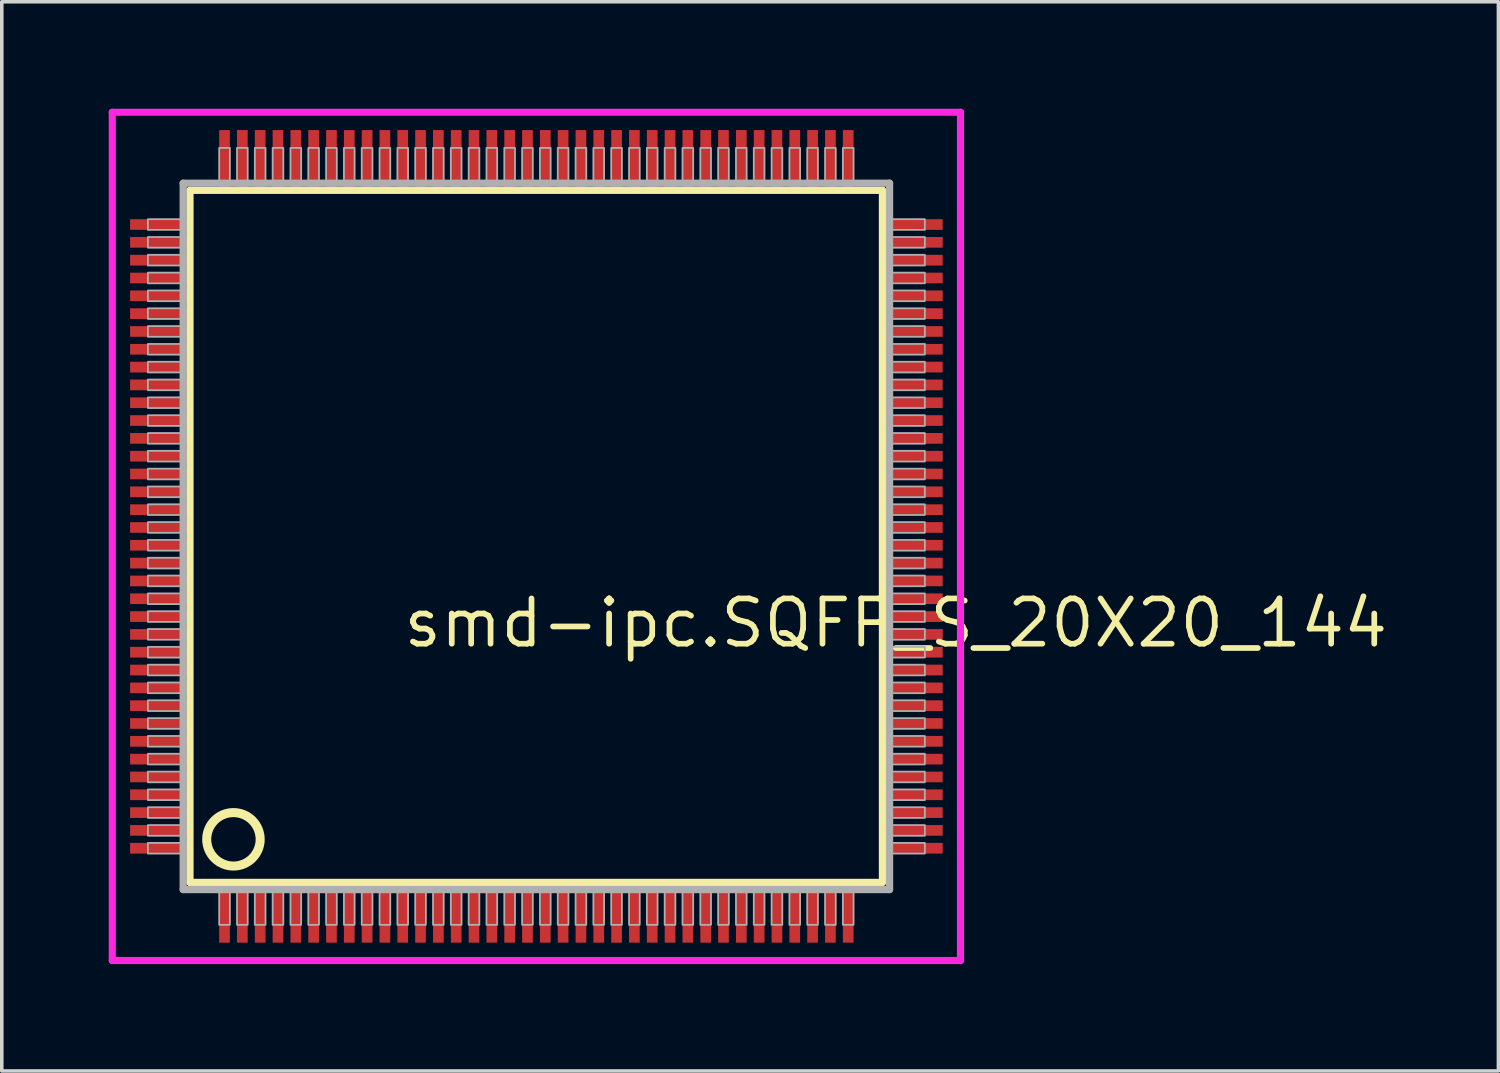
<source format=kicad_pcb>
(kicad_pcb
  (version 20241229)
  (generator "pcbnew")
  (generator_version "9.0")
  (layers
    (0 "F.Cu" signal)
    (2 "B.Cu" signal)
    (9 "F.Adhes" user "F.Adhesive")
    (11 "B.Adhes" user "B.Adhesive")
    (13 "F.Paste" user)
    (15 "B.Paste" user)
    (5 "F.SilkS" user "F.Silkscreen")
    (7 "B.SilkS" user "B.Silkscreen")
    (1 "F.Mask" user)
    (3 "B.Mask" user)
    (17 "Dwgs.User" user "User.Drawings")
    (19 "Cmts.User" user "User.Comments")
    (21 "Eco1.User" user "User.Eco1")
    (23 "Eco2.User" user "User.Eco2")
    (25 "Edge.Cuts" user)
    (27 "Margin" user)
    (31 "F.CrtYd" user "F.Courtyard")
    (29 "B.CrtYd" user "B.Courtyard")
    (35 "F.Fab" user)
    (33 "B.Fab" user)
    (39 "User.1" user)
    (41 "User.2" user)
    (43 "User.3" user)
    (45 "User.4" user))
  (footprint "smd-ipc.SQFP_S_20X20_144"
    (layer "F.Cu")
    (at 12 12)
    (property "Reference" "smd-ipc.SQFP_S_20X20_144" (at -3.81 3.175 0) (layer "F.SilkS") (effects (font (size 1.27 1.27) (thickness 0.16)) (justify left bottom)))
    (attr smd)
    (fp_line (start -9.72 -9.71) (end 9.71 -9.71) (stroke (width 0.203) (type default)) (layer "F.SilkS"))
    (fp_line (start -9.72 9.71) (end -9.72 -9.71) (stroke (width 0.203) (type default)) (layer "F.SilkS"))
    (fp_line (start 9.71 -9.71) (end 9.71 9.71) (stroke (width 0.203) (type default)) (layer "F.SilkS"))
    (fp_line (start 9.71 9.71) (end -9.72 9.71) (stroke (width 0.203) (type default)) (layer "F.SilkS"))
    (fp_circle (center -8.5 8.5) (end -7.75 8.5) (stroke (width 0.254) (type default)) (fill no) (layer "F.SilkS"))
    (fp_line (start -11.9 -11.9) (end 11.9 -11.9) (stroke (width 0.2) (type default)) (layer "F.CrtYd"))
    (fp_line (start -11.9 11.9) (end -11.9 -11.9) (stroke (width 0.2) (type default)) (layer "F.CrtYd"))
    (fp_line (start 11.9 -11.9) (end 11.9 11.9) (stroke (width 0.2) (type default)) (layer "F.CrtYd"))
    (fp_line (start 11.9 11.9) (end -11.9 11.9) (stroke (width 0.2) (type default)) (layer "F.CrtYd"))
    (fp_line (start -9.91 -9.91) (end -9.91 9.91) (stroke (width 0.203) (type default)) (layer "F.Fab"))
    (fp_line (start -9.91 9.91) (end 9.91 9.91) (stroke (width 0.203) (type default)) (layer "F.Fab"))
    (fp_line (start 9.91 -9.91) (end -9.91 -9.91) (stroke (width 0.203) (type default)) (layer "F.Fab"))
    (fp_line (start 9.91 9.91) (end 9.91 -9.91) (stroke (width 0.203) (type default)) (layer "F.Fab"))
    (fp_rect (start -10.9 -8.6) (end -9.95 -8.9) (stroke (width 0.05) (type default)) (fill no) (layer "F.Fab"))
    (fp_rect (start -10.9 -8.1) (end -9.95 -8.4) (stroke (width 0.05) (type default)) (fill no) (layer "F.Fab"))
    (fp_rect (start -10.9 -7.6) (end -9.95 -7.9) (stroke (width 0.05) (type default)) (fill no) (layer "F.Fab"))
    (fp_rect (start -10.9 -7.1) (end -9.95 -7.4) (stroke (width 0.05) (type default)) (fill no) (layer "F.Fab"))
    (fp_rect (start -10.9 -6.6) (end -9.95 -6.9) (stroke (width 0.05) (type default)) (fill no) (layer "F.Fab"))
    (fp_rect (start -10.9 -6.1) (end -9.95 -6.4) (stroke (width 0.05) (type default)) (fill no) (layer "F.Fab"))
    (fp_rect (start -10.9 -5.6) (end -9.95 -5.9) (stroke (width 0.05) (type default)) (fill no) (layer "F.Fab"))
    (fp_rect (start -10.9 -5.1) (end -9.95 -5.4) (stroke (width 0.05) (type default)) (fill no) (layer "F.Fab"))
    (fp_rect (start -10.9 -4.6) (end -9.95 -4.9) (stroke (width 0.05) (type default)) (fill no) (layer "F.Fab"))
    (fp_rect (start -10.9 -4.1) (end -9.95 -4.4) (stroke (width 0.05) (type default)) (fill no) (layer "F.Fab"))
    (fp_rect (start -10.9 -3.6) (end -9.95 -3.9) (stroke (width 0.05) (type default)) (fill no) (layer "F.Fab"))
    (fp_rect (start -10.9 -3.1) (end -9.95 -3.4) (stroke (width 0.05) (type default)) (fill no) (layer "F.Fab"))
    (fp_rect (start -10.9 -2.6) (end -9.95 -2.9) (stroke (width 0.05) (type default)) (fill no) (layer "F.Fab"))
    (fp_rect (start -10.9 -2.1) (end -9.95 -2.4) (stroke (width 0.05) (type default)) (fill no) (layer "F.Fab"))
    (fp_rect (start -10.9 -1.6) (end -9.95 -1.9) (stroke (width 0.05) (type default)) (fill no) (layer "F.Fab"))
    (fp_rect (start -10.9 -1.1) (end -9.95 -1.4) (stroke (width 0.05) (type default)) (fill no) (layer "F.Fab"))
    (fp_rect (start -10.9 -0.6) (end -9.95 -0.9) (stroke (width 0.05) (type default)) (fill no) (layer "F.Fab"))
    (fp_rect (start -10.9 -0.1) (end -9.95 -0.4) (stroke (width 0.05) (type default)) (fill no) (layer "F.Fab"))
    (fp_rect (start -10.9 0.4) (end -9.95 0.1) (stroke (width 0.05) (type default)) (fill no) (layer "F.Fab"))
    (fp_rect (start -10.9 0.9) (end -9.95 0.6) (stroke (width 0.05) (type default)) (fill no) (layer "F.Fab"))
    (fp_rect (start -10.9 1.4) (end -9.95 1.1) (stroke (width 0.05) (type default)) (fill no) (layer "F.Fab"))
    (fp_rect (start -10.9 1.9) (end -9.95 1.6) (stroke (width 0.05) (type default)) (fill no) (layer "F.Fab"))
    (fp_rect (start -10.9 2.4) (end -9.95 2.1) (stroke (width 0.05) (type default)) (fill no) (layer "F.Fab"))
    (fp_rect (start -10.9 2.9) (end -9.95 2.6) (stroke (width 0.05) (type default)) (fill no) (layer "F.Fab"))
    (fp_rect (start -10.9 3.4) (end -9.95 3.1) (stroke (width 0.05) (type default)) (fill no) (layer "F.Fab"))
    (fp_rect (start -10.9 3.9) (end -9.95 3.6) (stroke (width 0.05) (type default)) (fill no) (layer "F.Fab"))
    (fp_rect (start -10.9 4.4) (end -9.95 4.1) (stroke (width 0.05) (type default)) (fill no) (layer "F.Fab"))
    (fp_rect (start -10.9 4.9) (end -9.95 4.6) (stroke (width 0.05) (type default)) (fill no) (layer "F.Fab"))
    (fp_rect (start -10.9 5.4) (end -9.95 5.1) (stroke (width 0.05) (type default)) (fill no) (layer "F.Fab"))
    (fp_rect (start -10.9 5.9) (end -9.95 5.6) (stroke (width 0.05) (type default)) (fill no) (layer "F.Fab"))
    (fp_rect (start -10.9 6.4) (end -9.95 6.1) (stroke (width 0.05) (type default)) (fill no) (layer "F.Fab"))
    (fp_rect (start -10.9 6.9) (end -9.95 6.6) (stroke (width 0.05) (type default)) (fill no) (layer "F.Fab"))
    (fp_rect (start -10.9 7.4) (end -9.95 7.1) (stroke (width 0.05) (type default)) (fill no) (layer "F.Fab"))
    (fp_rect (start -10.9 7.9) (end -9.95 7.6) (stroke (width 0.05) (type default)) (fill no) (layer "F.Fab"))
    (fp_rect (start -10.9 8.4) (end -9.95 8.1) (stroke (width 0.05) (type default)) (fill no) (layer "F.Fab"))
    (fp_rect (start -10.9 8.9) (end -9.95 8.6) (stroke (width 0.05) (type default)) (fill no) (layer "F.Fab"))
    (fp_rect (start -8.9 -9.95) (end -8.6 -10.9) (stroke (width 0.05) (type default)) (fill no) (layer "F.Fab"))
    (fp_rect (start -8.9 10.9) (end -8.6 9.95) (stroke (width 0.05) (type default)) (fill no) (layer "F.Fab"))
    (fp_rect (start -8.4 -9.95) (end -8.1 -10.9) (stroke (width 0.05) (type default)) (fill no) (layer "F.Fab"))
    (fp_rect (start -8.4 10.9) (end -8.1 9.95) (stroke (width 0.05) (type default)) (fill no) (layer "F.Fab"))
    (fp_rect (start -7.9 -9.95) (end -7.6 -10.9) (stroke (width 0.05) (type default)) (fill no) (layer "F.Fab"))
    (fp_rect (start -7.9 10.9) (end -7.6 9.95) (stroke (width 0.05) (type default)) (fill no) (layer "F.Fab"))
    (fp_rect (start -7.4 -9.95) (end -7.1 -10.9) (stroke (width 0.05) (type default)) (fill no) (layer "F.Fab"))
    (fp_rect (start -7.4 10.9) (end -7.1 9.95) (stroke (width 0.05) (type default)) (fill no) (layer "F.Fab"))
    (fp_rect (start -6.9 -9.95) (end -6.6 -10.9) (stroke (width 0.05) (type default)) (fill no) (layer "F.Fab"))
    (fp_rect (start -6.9 10.9) (end -6.6 9.95) (stroke (width 0.05) (type default)) (fill no) (layer "F.Fab"))
    (fp_rect (start -6.4 -9.95) (end -6.1 -10.9) (stroke (width 0.05) (type default)) (fill no) (layer "F.Fab"))
    (fp_rect (start -6.4 10.9) (end -6.1 9.95) (stroke (width 0.05) (type default)) (fill no) (layer "F.Fab"))
    (fp_rect (start -5.9 -9.95) (end -5.6 -10.9) (stroke (width 0.05) (type default)) (fill no) (layer "F.Fab"))
    (fp_rect (start -5.9 10.9) (end -5.6 9.95) (stroke (width 0.05) (type default)) (fill no) (layer "F.Fab"))
    (fp_rect (start -5.4 -9.95) (end -5.1 -10.9) (stroke (width 0.05) (type default)) (fill no) (layer "F.Fab"))
    (fp_rect (start -5.4 10.9) (end -5.1 9.95) (stroke (width 0.05) (type default)) (fill no) (layer "F.Fab"))
    (fp_rect (start -4.9 -9.95) (end -4.6 -10.9) (stroke (width 0.05) (type default)) (fill no) (layer "F.Fab"))
    (fp_rect (start -4.9 10.9) (end -4.6 9.95) (stroke (width 0.05) (type default)) (fill no) (layer "F.Fab"))
    (fp_rect (start -4.4 -9.95) (end -4.1 -10.9) (stroke (width 0.05) (type default)) (fill no) (layer "F.Fab"))
    (fp_rect (start -4.4 10.9) (end -4.1 9.95) (stroke (width 0.05) (type default)) (fill no) (layer "F.Fab"))
    (fp_rect (start -3.9 -9.95) (end -3.6 -10.9) (stroke (width 0.05) (type default)) (fill no) (layer "F.Fab"))
    (fp_rect (start -3.9 10.9) (end -3.6 9.95) (stroke (width 0.05) (type default)) (fill no) (layer "F.Fab"))
    (fp_rect (start -3.4 -9.95) (end -3.1 -10.9) (stroke (width 0.05) (type default)) (fill no) (layer "F.Fab"))
    (fp_rect (start -3.4 10.9) (end -3.1 9.95) (stroke (width 0.05) (type default)) (fill no) (layer "F.Fab"))
    (fp_rect (start -2.9 -9.95) (end -2.6 -10.9) (stroke (width 0.05) (type default)) (fill no) (layer "F.Fab"))
    (fp_rect (start -2.9 10.9) (end -2.6 9.95) (stroke (width 0.05) (type default)) (fill no) (layer "F.Fab"))
    (fp_rect (start -2.4 -9.95) (end -2.1 -10.9) (stroke (width 0.05) (type default)) (fill no) (layer "F.Fab"))
    (fp_rect (start -2.4 10.9) (end -2.1 9.95) (stroke (width 0.05) (type default)) (fill no) (layer "F.Fab"))
    (fp_rect (start -1.9 -9.95) (end -1.6 -10.9) (stroke (width 0.05) (type default)) (fill no) (layer "F.Fab"))
    (fp_rect (start -1.9 10.9) (end -1.6 9.95) (stroke (width 0.05) (type default)) (fill no) (layer "F.Fab"))
    (fp_rect (start -1.4 -9.95) (end -1.1 -10.9) (stroke (width 0.05) (type default)) (fill no) (layer "F.Fab"))
    (fp_rect (start -1.4 10.9) (end -1.1 9.95) (stroke (width 0.05) (type default)) (fill no) (layer "F.Fab"))
    (fp_rect (start -0.9 -9.95) (end -0.6 -10.9) (stroke (width 0.05) (type default)) (fill no) (layer "F.Fab"))
    (fp_rect (start -0.9 10.9) (end -0.6 9.95) (stroke (width 0.05) (type default)) (fill no) (layer "F.Fab"))
    (fp_rect (start -0.4 -9.95) (end -0.1 -10.9) (stroke (width 0.05) (type default)) (fill no) (layer "F.Fab"))
    (fp_rect (start -0.4 10.9) (end -0.1 9.95) (stroke (width 0.05) (type default)) (fill no) (layer "F.Fab"))
    (fp_rect (start 0.1 -9.95) (end 0.4 -10.9) (stroke (width 0.05) (type default)) (fill no) (layer "F.Fab"))
    (fp_rect (start 0.1 10.9) (end 0.4 9.95) (stroke (width 0.05) (type default)) (fill no) (layer "F.Fab"))
    (fp_rect (start 0.6 -9.95) (end 0.9 -10.9) (stroke (width 0.05) (type default)) (fill no) (layer "F.Fab"))
    (fp_rect (start 0.6 10.9) (end 0.9 9.95) (stroke (width 0.05) (type default)) (fill no) (layer "F.Fab"))
    (fp_rect (start 1.1 -9.95) (end 1.4 -10.9) (stroke (width 0.05) (type default)) (fill no) (layer "F.Fab"))
    (fp_rect (start 1.1 10.9) (end 1.4 9.95) (stroke (width 0.05) (type default)) (fill no) (layer "F.Fab"))
    (fp_rect (start 1.6 -9.95) (end 1.9 -10.9) (stroke (width 0.05) (type default)) (fill no) (layer "F.Fab"))
    (fp_rect (start 1.6 10.9) (end 1.9 9.95) (stroke (width 0.05) (type default)) (fill no) (layer "F.Fab"))
    (fp_rect (start 2.1 -9.95) (end 2.4 -10.9) (stroke (width 0.05) (type default)) (fill no) (layer "F.Fab"))
    (fp_rect (start 2.1 10.9) (end 2.4 9.95) (stroke (width 0.05) (type default)) (fill no) (layer "F.Fab"))
    (fp_rect (start 2.6 -9.95) (end 2.9 -10.9) (stroke (width 0.05) (type default)) (fill no) (layer "F.Fab"))
    (fp_rect (start 2.6 10.9) (end 2.9 9.95) (stroke (width 0.05) (type default)) (fill no) (layer "F.Fab"))
    (fp_rect (start 3.1 -9.95) (end 3.4 -10.9) (stroke (width 0.05) (type default)) (fill no) (layer "F.Fab"))
    (fp_rect (start 3.1 10.9) (end 3.4 9.95) (stroke (width 0.05) (type default)) (fill no) (layer "F.Fab"))
    (fp_rect (start 3.6 -9.95) (end 3.9 -10.9) (stroke (width 0.05) (type default)) (fill no) (layer "F.Fab"))
    (fp_rect (start 3.6 10.9) (end 3.9 9.95) (stroke (width 0.05) (type default)) (fill no) (layer "F.Fab"))
    (fp_rect (start 4.1 -9.95) (end 4.4 -10.9) (stroke (width 0.05) (type default)) (fill no) (layer "F.Fab"))
    (fp_rect (start 4.1 10.9) (end 4.4 9.95) (stroke (width 0.05) (type default)) (fill no) (layer "F.Fab"))
    (fp_rect (start 4.6 -9.95) (end 4.9 -10.9) (stroke (width 0.05) (type default)) (fill no) (layer "F.Fab"))
    (fp_rect (start 4.6 10.9) (end 4.9 9.95) (stroke (width 0.05) (type default)) (fill no) (layer "F.Fab"))
    (fp_rect (start 5.1 -9.95) (end 5.4 -10.9) (stroke (width 0.05) (type default)) (fill no) (layer "F.Fab"))
    (fp_rect (start 5.1 10.9) (end 5.4 9.95) (stroke (width 0.05) (type default)) (fill no) (layer "F.Fab"))
    (fp_rect (start 5.6 -9.95) (end 5.9 -10.9) (stroke (width 0.05) (type default)) (fill no) (layer "F.Fab"))
    (fp_rect (start 5.6 10.9) (end 5.9 9.95) (stroke (width 0.05) (type default)) (fill no) (layer "F.Fab"))
    (fp_rect (start 6.1 -9.95) (end 6.4 -10.9) (stroke (width 0.05) (type default)) (fill no) (layer "F.Fab"))
    (fp_rect (start 6.1 10.9) (end 6.4 9.95) (stroke (width 0.05) (type default)) (fill no) (layer "F.Fab"))
    (fp_rect (start 6.6 -9.95) (end 6.9 -10.9) (stroke (width 0.05) (type default)) (fill no) (layer "F.Fab"))
    (fp_rect (start 6.6 10.9) (end 6.9 9.95) (stroke (width 0.05) (type default)) (fill no) (layer "F.Fab"))
    (fp_rect (start 7.1 -9.95) (end 7.4 -10.9) (stroke (width 0.05) (type default)) (fill no) (layer "F.Fab"))
    (fp_rect (start 7.1 10.9) (end 7.4 9.95) (stroke (width 0.05) (type default)) (fill no) (layer "F.Fab"))
    (fp_rect (start 7.6 -9.95) (end 7.9 -10.9) (stroke (width 0.05) (type default)) (fill no) (layer "F.Fab"))
    (fp_rect (start 7.6 10.9) (end 7.9 9.95) (stroke (width 0.05) (type default)) (fill no) (layer "F.Fab"))
    (fp_rect (start 8.1 -9.95) (end 8.4 -10.9) (stroke (width 0.05) (type default)) (fill no) (layer "F.Fab"))
    (fp_rect (start 8.1 10.9) (end 8.4 9.95) (stroke (width 0.05) (type default)) (fill no) (layer "F.Fab"))
    (fp_rect (start 8.6 -9.95) (end 8.9 -10.9) (stroke (width 0.05) (type default)) (fill no) (layer "F.Fab"))
    (fp_rect (start 8.6 10.9) (end 8.9 9.95) (stroke (width 0.05) (type default)) (fill no) (layer "F.Fab"))
    (fp_rect (start 9.95 -8.6) (end 10.9 -8.9) (stroke (width 0.05) (type default)) (fill no) (layer "F.Fab"))
    (fp_rect (start 9.95 -8.1) (end 10.9 -8.4) (stroke (width 0.05) (type default)) (fill no) (layer "F.Fab"))
    (fp_rect (start 9.95 -7.6) (end 10.9 -7.9) (stroke (width 0.05) (type default)) (fill no) (layer "F.Fab"))
    (fp_rect (start 9.95 -7.1) (end 10.9 -7.4) (stroke (width 0.05) (type default)) (fill no) (layer "F.Fab"))
    (fp_rect (start 9.95 -6.6) (end 10.9 -6.9) (stroke (width 0.05) (type default)) (fill no) (layer "F.Fab"))
    (fp_rect (start 9.95 -6.1) (end 10.9 -6.4) (stroke (width 0.05) (type default)) (fill no) (layer "F.Fab"))
    (fp_rect (start 9.95 -5.6) (end 10.9 -5.9) (stroke (width 0.05) (type default)) (fill no) (layer "F.Fab"))
    (fp_rect (start 9.95 -5.1) (end 10.9 -5.4) (stroke (width 0.05) (type default)) (fill no) (layer "F.Fab"))
    (fp_rect (start 9.95 -4.6) (end 10.9 -4.9) (stroke (width 0.05) (type default)) (fill no) (layer "F.Fab"))
    (fp_rect (start 9.95 -4.1) (end 10.9 -4.4) (stroke (width 0.05) (type default)) (fill no) (layer "F.Fab"))
    (fp_rect (start 9.95 -3.6) (end 10.9 -3.9) (stroke (width 0.05) (type default)) (fill no) (layer "F.Fab"))
    (fp_rect (start 9.95 -3.1) (end 10.9 -3.4) (stroke (width 0.05) (type default)) (fill no) (layer "F.Fab"))
    (fp_rect (start 9.95 -2.6) (end 10.9 -2.9) (stroke (width 0.05) (type default)) (fill no) (layer "F.Fab"))
    (fp_rect (start 9.95 -2.1) (end 10.9 -2.4) (stroke (width 0.05) (type default)) (fill no) (layer "F.Fab"))
    (fp_rect (start 9.95 -1.6) (end 10.9 -1.9) (stroke (width 0.05) (type default)) (fill no) (layer "F.Fab"))
    (fp_rect (start 9.95 -1.1) (end 10.9 -1.4) (stroke (width 0.05) (type default)) (fill no) (layer "F.Fab"))
    (fp_rect (start 9.95 -0.6) (end 10.9 -0.9) (stroke (width 0.05) (type default)) (fill no) (layer "F.Fab"))
    (fp_rect (start 9.95 -0.1) (end 10.9 -0.4) (stroke (width 0.05) (type default)) (fill no) (layer "F.Fab"))
    (fp_rect (start 9.95 0.4) (end 10.9 0.1) (stroke (width 0.05) (type default)) (fill no) (layer "F.Fab"))
    (fp_rect (start 9.95 0.9) (end 10.9 0.6) (stroke (width 0.05) (type default)) (fill no) (layer "F.Fab"))
    (fp_rect (start 9.95 1.4) (end 10.9 1.1) (stroke (width 0.05) (type default)) (fill no) (layer "F.Fab"))
    (fp_rect (start 9.95 1.9) (end 10.9 1.6) (stroke (width 0.05) (type default)) (fill no) (layer "F.Fab"))
    (fp_rect (start 9.95 2.4) (end 10.9 2.1) (stroke (width 0.05) (type default)) (fill no) (layer "F.Fab"))
    (fp_rect (start 9.95 2.9) (end 10.9 2.6) (stroke (width 0.05) (type default)) (fill no) (layer "F.Fab"))
    (fp_rect (start 9.95 3.4) (end 10.9 3.1) (stroke (width 0.05) (type default)) (fill no) (layer "F.Fab"))
    (fp_rect (start 9.95 3.9) (end 10.9 3.6) (stroke (width 0.05) (type default)) (fill no) (layer "F.Fab"))
    (fp_rect (start 9.95 4.4) (end 10.9 4.1) (stroke (width 0.05) (type default)) (fill no) (layer "F.Fab"))
    (fp_rect (start 9.95 4.9) (end 10.9 4.6) (stroke (width 0.05) (type default)) (fill no) (layer "F.Fab"))
    (fp_rect (start 9.95 5.4) (end 10.9 5.1) (stroke (width 0.05) (type default)) (fill no) (layer "F.Fab"))
    (fp_rect (start 9.95 5.9) (end 10.9 5.6) (stroke (width 0.05) (type default)) (fill no) (layer "F.Fab"))
    (fp_rect (start 9.95 6.4) (end 10.9 6.1) (stroke (width 0.05) (type default)) (fill no) (layer "F.Fab"))
    (fp_rect (start 9.95 6.9) (end 10.9 6.6) (stroke (width 0.05) (type default)) (fill no) (layer "F.Fab"))
    (fp_rect (start 9.95 7.4) (end 10.9 7.1) (stroke (width 0.05) (type default)) (fill no) (layer "F.Fab"))
    (fp_rect (start 9.95 7.9) (end 10.9 7.6) (stroke (width 0.05) (type default)) (fill no) (layer "F.Fab"))
    (fp_rect (start 9.95 8.4) (end 10.9 8.1) (stroke (width 0.05) (type default)) (fill no) (layer "F.Fab"))
    (fp_rect (start 9.95 8.9) (end 10.9 8.6) (stroke (width 0.05) (type default)) (fill no) (layer "F.Fab"))
    (pad "1" smd roundrect (at -8.75 10.6) (size 0.3 1.6) (layers "F.Cu" "F.Mask" "F.Paste") (roundrect_rratio 0.01))
    (pad "2" smd roundrect (at -8.25 10.6) (size 0.3 1.6) (layers "F.Cu" "F.Mask" "F.Paste") (roundrect_rratio 0.01))
    (pad "3" smd roundrect (at -7.75 10.6) (size 0.3 1.6) (layers "F.Cu" "F.Mask" "F.Paste") (roundrect_rratio 0.01))
    (pad "4" smd roundrect (at -7.25 10.6) (size 0.3 1.6) (layers "F.Cu" "F.Mask" "F.Paste") (roundrect_rratio 0.01))
    (pad "5" smd roundrect (at -6.75 10.6) (size 0.3 1.6) (layers "F.Cu" "F.Mask" "F.Paste") (roundrect_rratio 0.01))
    (pad "6" smd roundrect (at -6.25 10.6) (size 0.3 1.6) (layers "F.Cu" "F.Mask" "F.Paste") (roundrect_rratio 0.01))
    (pad "7" smd roundrect (at -5.75 10.6) (size 0.3 1.6) (layers "F.Cu" "F.Mask" "F.Paste") (roundrect_rratio 0.01))
    (pad "8" smd roundrect (at -5.25 10.6) (size 0.3 1.6) (layers "F.Cu" "F.Mask" "F.Paste") (roundrect_rratio 0.01))
    (pad "9" smd roundrect (at -4.75 10.6) (size 0.3 1.6) (layers "F.Cu" "F.Mask" "F.Paste") (roundrect_rratio 0.01))
    (pad "10" smd roundrect (at -4.25 10.6) (size 0.3 1.6) (layers "F.Cu" "F.Mask" "F.Paste") (roundrect_rratio 0.01))
    (pad "11" smd roundrect (at -3.75 10.6) (size 0.3 1.6) (layers "F.Cu" "F.Mask" "F.Paste") (roundrect_rratio 0.01))
    (pad "12" smd roundrect (at -3.25 10.6) (size 0.3 1.6) (layers "F.Cu" "F.Mask" "F.Paste") (roundrect_rratio 0.01))
    (pad "13" smd roundrect (at -2.75 10.6) (size 0.3 1.6) (layers "F.Cu" "F.Mask" "F.Paste") (roundrect_rratio 0.01))
    (pad "14" smd roundrect (at -2.25 10.6) (size 0.3 1.6) (layers "F.Cu" "F.Mask" "F.Paste") (roundrect_rratio 0.01))
    (pad "15" smd roundrect (at -1.75 10.6) (size 0.3 1.6) (layers "F.Cu" "F.Mask" "F.Paste") (roundrect_rratio 0.01))
    (pad "16" smd roundrect (at -1.25 10.6) (size 0.3 1.6) (layers "F.Cu" "F.Mask" "F.Paste") (roundrect_rratio 0.01))
    (pad "17" smd roundrect (at -0.75 10.6) (size 0.3 1.6) (layers "F.Cu" "F.Mask" "F.Paste") (roundrect_rratio 0.01))
    (pad "18" smd roundrect (at -0.25 10.6) (size 0.3 1.6) (layers "F.Cu" "F.Mask" "F.Paste") (roundrect_rratio 0.01))
    (pad "19" smd roundrect (at 0.25 10.6) (size 0.3 1.6) (layers "F.Cu" "F.Mask" "F.Paste") (roundrect_rratio 0.01))
    (pad "20" smd roundrect (at 0.75 10.6) (size 0.3 1.6) (layers "F.Cu" "F.Mask" "F.Paste") (roundrect_rratio 0.01))
    (pad "21" smd roundrect (at 1.25 10.6) (size 0.3 1.6) (layers "F.Cu" "F.Mask" "F.Paste") (roundrect_rratio 0.01))
    (pad "22" smd roundrect (at 1.75 10.6) (size 0.3 1.6) (layers "F.Cu" "F.Mask" "F.Paste") (roundrect_rratio 0.01))
    (pad "23" smd roundrect (at 2.25 10.6) (size 0.3 1.6) (layers "F.Cu" "F.Mask" "F.Paste") (roundrect_rratio 0.01))
    (pad "24" smd roundrect (at 2.75 10.6) (size 0.3 1.6) (layers "F.Cu" "F.Mask" "F.Paste") (roundrect_rratio 0.01))
    (pad "25" smd roundrect (at 3.25 10.6) (size 0.3 1.6) (layers "F.Cu" "F.Mask" "F.Paste") (roundrect_rratio 0.01))
    (pad "26" smd roundrect (at 3.75 10.6) (size 0.3 1.6) (layers "F.Cu" "F.Mask" "F.Paste") (roundrect_rratio 0.01))
    (pad "27" smd roundrect (at 4.25 10.6) (size 0.3 1.6) (layers "F.Cu" "F.Mask" "F.Paste") (roundrect_rratio 0.01))
    (pad "28" smd roundrect (at 4.75 10.6) (size 0.3 1.6) (layers "F.Cu" "F.Mask" "F.Paste") (roundrect_rratio 0.01))
    (pad "29" smd roundrect (at 5.25 10.6) (size 0.3 1.6) (layers "F.Cu" "F.Mask" "F.Paste") (roundrect_rratio 0.01))
    (pad "30" smd roundrect (at 5.75 10.6) (size 0.3 1.6) (layers "F.Cu" "F.Mask" "F.Paste") (roundrect_rratio 0.01))
    (pad "31" smd roundrect (at 6.25 10.6) (size 0.3 1.6) (layers "F.Cu" "F.Mask" "F.Paste") (roundrect_rratio 0.01))
    (pad "32" smd roundrect (at 6.75 10.6) (size 0.3 1.6) (layers "F.Cu" "F.Mask" "F.Paste") (roundrect_rratio 0.01))
    (pad "33" smd roundrect (at 7.25 10.6) (size 0.3 1.6) (layers "F.Cu" "F.Mask" "F.Paste") (roundrect_rratio 0.01))
    (pad "34" smd roundrect (at 7.75 10.6) (size 0.3 1.6) (layers "F.Cu" "F.Mask" "F.Paste") (roundrect_rratio 0.01))
    (pad "35" smd roundrect (at 8.25 10.6) (size 0.3 1.6) (layers "F.Cu" "F.Mask" "F.Paste") (roundrect_rratio 0.01))
    (pad "36" smd roundrect (at 8.75 10.6) (size 0.3 1.6) (layers "F.Cu" "F.Mask" "F.Paste") (roundrect_rratio 0.01))
    (pad "37" smd roundrect (at 10.6 8.75) (size 1.6 0.3) (layers "F.Cu" "F.Mask" "F.Paste") (roundrect_rratio 0.01))
    (pad "38" smd roundrect (at 10.6 8.25) (size 1.6 0.3) (layers "F.Cu" "F.Mask" "F.Paste") (roundrect_rratio 0.01))
    (pad "39" smd roundrect (at 10.6 7.75) (size 1.6 0.3) (layers "F.Cu" "F.Mask" "F.Paste") (roundrect_rratio 0.01))
    (pad "40" smd roundrect (at 10.6 7.25) (size 1.6 0.3) (layers "F.Cu" "F.Mask" "F.Paste") (roundrect_rratio 0.01))
    (pad "41" smd roundrect (at 10.6 6.75) (size 1.6 0.3) (layers "F.Cu" "F.Mask" "F.Paste") (roundrect_rratio 0.01))
    (pad "42" smd roundrect (at 10.6 6.25) (size 1.6 0.3) (layers "F.Cu" "F.Mask" "F.Paste") (roundrect_rratio 0.01))
    (pad "43" smd roundrect (at 10.6 5.75) (size 1.6 0.3) (layers "F.Cu" "F.Mask" "F.Paste") (roundrect_rratio 0.01))
    (pad "44" smd roundrect (at 10.6 5.25) (size 1.6 0.3) (layers "F.Cu" "F.Mask" "F.Paste") (roundrect_rratio 0.01))
    (pad "45" smd roundrect (at 10.6 4.75) (size 1.6 0.3) (layers "F.Cu" "F.Mask" "F.Paste") (roundrect_rratio 0.01))
    (pad "46" smd roundrect (at 10.6 4.25) (size 1.6 0.3) (layers "F.Cu" "F.Mask" "F.Paste") (roundrect_rratio 0.01))
    (pad "47" smd roundrect (at 10.6 3.75) (size 1.6 0.3) (layers "F.Cu" "F.Mask" "F.Paste") (roundrect_rratio 0.01))
    (pad "48" smd roundrect (at 10.6 3.25) (size 1.6 0.3) (layers "F.Cu" "F.Mask" "F.Paste") (roundrect_rratio 0.01))
    (pad "49" smd roundrect (at 10.6 2.75) (size 1.6 0.3) (layers "F.Cu" "F.Mask" "F.Paste") (roundrect_rratio 0.01))
    (pad "50" smd roundrect (at 10.6 2.25) (size 1.6 0.3) (layers "F.Cu" "F.Mask" "F.Paste") (roundrect_rratio 0.01))
    (pad "51" smd roundrect (at 10.6 1.75) (size 1.6 0.3) (layers "F.Cu" "F.Mask" "F.Paste") (roundrect_rratio 0.01))
    (pad "52" smd roundrect (at 10.6 1.25) (size 1.6 0.3) (layers "F.Cu" "F.Mask" "F.Paste") (roundrect_rratio 0.01))
    (pad "53" smd roundrect (at 10.6 0.75) (size 1.6 0.3) (layers "F.Cu" "F.Mask" "F.Paste") (roundrect_rratio 0.01))
    (pad "54" smd roundrect (at 10.6 0.25) (size 1.6 0.3) (layers "F.Cu" "F.Mask" "F.Paste") (roundrect_rratio 0.01))
    (pad "55" smd roundrect (at 10.6 -0.25) (size 1.6 0.3) (layers "F.Cu" "F.Mask" "F.Paste") (roundrect_rratio 0.01))
    (pad "56" smd roundrect (at 10.6 -0.75) (size 1.6 0.3) (layers "F.Cu" "F.Mask" "F.Paste") (roundrect_rratio 0.01))
    (pad "57" smd roundrect (at 10.6 -1.25) (size 1.6 0.3) (layers "F.Cu" "F.Mask" "F.Paste") (roundrect_rratio 0.01))
    (pad "58" smd roundrect (at 10.6 -1.75) (size 1.6 0.3) (layers "F.Cu" "F.Mask" "F.Paste") (roundrect_rratio 0.01))
    (pad "59" smd roundrect (at 10.6 -2.25) (size 1.6 0.3) (layers "F.Cu" "F.Mask" "F.Paste") (roundrect_rratio 0.01))
    (pad "60" smd roundrect (at 10.6 -2.75) (size 1.6 0.3) (layers "F.Cu" "F.Mask" "F.Paste") (roundrect_rratio 0.01))
    (pad "61" smd roundrect (at 10.6 -3.25) (size 1.6 0.3) (layers "F.Cu" "F.Mask" "F.Paste") (roundrect_rratio 0.01))
    (pad "62" smd roundrect (at 10.6 -3.75) (size 1.6 0.3) (layers "F.Cu" "F.Mask" "F.Paste") (roundrect_rratio 0.01))
    (pad "63" smd roundrect (at 10.6 -4.25) (size 1.6 0.3) (layers "F.Cu" "F.Mask" "F.Paste") (roundrect_rratio 0.01))
    (pad "64" smd roundrect (at 10.6 -4.75) (size 1.6 0.3) (layers "F.Cu" "F.Mask" "F.Paste") (roundrect_rratio 0.01))
    (pad "65" smd roundrect (at 10.6 -5.25) (size 1.6 0.3) (layers "F.Cu" "F.Mask" "F.Paste") (roundrect_rratio 0.01))
    (pad "66" smd roundrect (at 10.6 -5.75) (size 1.6 0.3) (layers "F.Cu" "F.Mask" "F.Paste") (roundrect_rratio 0.01))
    (pad "67" smd roundrect (at 10.6 -6.25) (size 1.6 0.3) (layers "F.Cu" "F.Mask" "F.Paste") (roundrect_rratio 0.01))
    (pad "68" smd roundrect (at 10.6 -6.75) (size 1.6 0.3) (layers "F.Cu" "F.Mask" "F.Paste") (roundrect_rratio 0.01))
    (pad "69" smd roundrect (at 10.6 -7.25) (size 1.6 0.3) (layers "F.Cu" "F.Mask" "F.Paste") (roundrect_rratio 0.01))
    (pad "70" smd roundrect (at 10.6 -7.75) (size 1.6 0.3) (layers "F.Cu" "F.Mask" "F.Paste") (roundrect_rratio 0.01))
    (pad "71" smd roundrect (at 10.6 -8.25) (size 1.6 0.3) (layers "F.Cu" "F.Mask" "F.Paste") (roundrect_rratio 0.01))
    (pad "72" smd roundrect (at 10.6 -8.75) (size 1.6 0.3) (layers "F.Cu" "F.Mask" "F.Paste") (roundrect_rratio 0.01))
    (pad "73" smd roundrect (at 8.75 -10.6) (size 0.3 1.6) (layers "F.Cu" "F.Mask" "F.Paste") (roundrect_rratio 0.01))
    (pad "74" smd roundrect (at 8.25 -10.6) (size 0.3 1.6) (layers "F.Cu" "F.Mask" "F.Paste") (roundrect_rratio 0.01))
    (pad "75" smd roundrect (at 7.75 -10.6) (size 0.3 1.6) (layers "F.Cu" "F.Mask" "F.Paste") (roundrect_rratio 0.01))
    (pad "76" smd roundrect (at 7.25 -10.6) (size 0.3 1.6) (layers "F.Cu" "F.Mask" "F.Paste") (roundrect_rratio 0.01))
    (pad "77" smd roundrect (at 6.75 -10.6) (size 0.3 1.6) (layers "F.Cu" "F.Mask" "F.Paste") (roundrect_rratio 0.01))
    (pad "78" smd roundrect (at 6.25 -10.6) (size 0.3 1.6) (layers "F.Cu" "F.Mask" "F.Paste") (roundrect_rratio 0.01))
    (pad "79" smd roundrect (at 5.75 -10.6) (size 0.3 1.6) (layers "F.Cu" "F.Mask" "F.Paste") (roundrect_rratio 0.01))
    (pad "80" smd roundrect (at 5.25 -10.6) (size 0.3 1.6) (layers "F.Cu" "F.Mask" "F.Paste") (roundrect_rratio 0.01))
    (pad "81" smd roundrect (at 4.75 -10.6) (size 0.3 1.6) (layers "F.Cu" "F.Mask" "F.Paste") (roundrect_rratio 0.01))
    (pad "82" smd roundrect (at 4.25 -10.6) (size 0.3 1.6) (layers "F.Cu" "F.Mask" "F.Paste") (roundrect_rratio 0.01))
    (pad "83" smd roundrect (at 3.75 -10.6) (size 0.3 1.6) (layers "F.Cu" "F.Mask" "F.Paste") (roundrect_rratio 0.01))
    (pad "84" smd roundrect (at 3.25 -10.6) (size 0.3 1.6) (layers "F.Cu" "F.Mask" "F.Paste") (roundrect_rratio 0.01))
    (pad "85" smd roundrect (at 2.75 -10.6) (size 0.3 1.6) (layers "F.Cu" "F.Mask" "F.Paste") (roundrect_rratio 0.01))
    (pad "86" smd roundrect (at 2.25 -10.6) (size 0.3 1.6) (layers "F.Cu" "F.Mask" "F.Paste") (roundrect_rratio 0.01))
    (pad "87" smd roundrect (at 1.75 -10.6) (size 0.3 1.6) (layers "F.Cu" "F.Mask" "F.Paste") (roundrect_rratio 0.01))
    (pad "88" smd roundrect (at 1.25 -10.6) (size 0.3 1.6) (layers "F.Cu" "F.Mask" "F.Paste") (roundrect_rratio 0.01))
    (pad "89" smd roundrect (at 0.75 -10.6) (size 0.3 1.6) (layers "F.Cu" "F.Mask" "F.Paste") (roundrect_rratio 0.01))
    (pad "90" smd roundrect (at 0.25 -10.6) (size 0.3 1.6) (layers "F.Cu" "F.Mask" "F.Paste") (roundrect_rratio 0.01))
    (pad "91" smd roundrect (at -0.25 -10.6) (size 0.3 1.6) (layers "F.Cu" "F.Mask" "F.Paste") (roundrect_rratio 0.01))
    (pad "92" smd roundrect (at -0.75 -10.6) (size 0.3 1.6) (layers "F.Cu" "F.Mask" "F.Paste") (roundrect_rratio 0.01))
    (pad "93" smd roundrect (at -1.25 -10.6) (size 0.3 1.6) (layers "F.Cu" "F.Mask" "F.Paste") (roundrect_rratio 0.01))
    (pad "94" smd roundrect (at -1.75 -10.6) (size 0.3 1.6) (layers "F.Cu" "F.Mask" "F.Paste") (roundrect_rratio 0.01))
    (pad "95" smd roundrect (at -2.25 -10.6) (size 0.3 1.6) (layers "F.Cu" "F.Mask" "F.Paste") (roundrect_rratio 0.01))
    (pad "96" smd roundrect (at -2.75 -10.6) (size 0.3 1.6) (layers "F.Cu" "F.Mask" "F.Paste") (roundrect_rratio 0.01))
    (pad "97" smd roundrect (at -3.25 -10.6) (size 0.3 1.6) (layers "F.Cu" "F.Mask" "F.Paste") (roundrect_rratio 0.01))
    (pad "98" smd roundrect (at -3.75 -10.6) (size 0.3 1.6) (layers "F.Cu" "F.Mask" "F.Paste") (roundrect_rratio 0.01))
    (pad "99" smd roundrect (at -4.25 -10.6) (size 0.3 1.6) (layers "F.Cu" "F.Mask" "F.Paste") (roundrect_rratio 0.01))
    (pad "100" smd roundrect (at -4.75 -10.6) (size 0.3 1.6) (layers "F.Cu" "F.Mask" "F.Paste") (roundrect_rratio 0.01))
    (pad "101" smd roundrect (at -5.25 -10.6) (size 0.3 1.6) (layers "F.Cu" "F.Mask" "F.Paste") (roundrect_rratio 0.01))
    (pad "102" smd roundrect (at -5.75 -10.6) (size 0.3 1.6) (layers "F.Cu" "F.Mask" "F.Paste") (roundrect_rratio 0.01))
    (pad "103" smd roundrect (at -6.25 -10.6) (size 0.3 1.6) (layers "F.Cu" "F.Mask" "F.Paste") (roundrect_rratio 0.01))
    (pad "104" smd roundrect (at -6.75 -10.6) (size 0.3 1.6) (layers "F.Cu" "F.Mask" "F.Paste") (roundrect_rratio 0.01))
    (pad "105" smd roundrect (at -7.25 -10.6) (size 0.3 1.6) (layers "F.Cu" "F.Mask" "F.Paste") (roundrect_rratio 0.01))
    (pad "106" smd roundrect (at -7.75 -10.6) (size 0.3 1.6) (layers "F.Cu" "F.Mask" "F.Paste") (roundrect_rratio 0.01))
    (pad "107" smd roundrect (at -8.25 -10.6) (size 0.3 1.6) (layers "F.Cu" "F.Mask" "F.Paste") (roundrect_rratio 0.01))
    (pad "108" smd roundrect (at -8.75 -10.6) (size 0.3 1.6) (layers "F.Cu" "F.Mask" "F.Paste") (roundrect_rratio 0.01))
    (pad "109" smd roundrect (at -10.6 -8.75) (size 1.6 0.3) (layers "F.Cu" "F.Mask" "F.Paste") (roundrect_rratio 0.01))
    (pad "110" smd roundrect (at -10.6 -8.25) (size 1.6 0.3) (layers "F.Cu" "F.Mask" "F.Paste") (roundrect_rratio 0.01))
    (pad "111" smd roundrect (at -10.6 -7.75) (size 1.6 0.3) (layers "F.Cu" "F.Mask" "F.Paste") (roundrect_rratio 0.01))
    (pad "112" smd roundrect (at -10.6 -7.25) (size 1.6 0.3) (layers "F.Cu" "F.Mask" "F.Paste") (roundrect_rratio 0.01))
    (pad "113" smd roundrect (at -10.6 -6.75) (size 1.6 0.3) (layers "F.Cu" "F.Mask" "F.Paste") (roundrect_rratio 0.01))
    (pad "114" smd roundrect (at -10.6 -6.25) (size 1.6 0.3) (layers "F.Cu" "F.Mask" "F.Paste") (roundrect_rratio 0.01))
    (pad "115" smd roundrect (at -10.6 -5.75) (size 1.6 0.3) (layers "F.Cu" "F.Mask" "F.Paste") (roundrect_rratio 0.01))
    (pad "116" smd roundrect (at -10.6 -5.25) (size 1.6 0.3) (layers "F.Cu" "F.Mask" "F.Paste") (roundrect_rratio 0.01))
    (pad "117" smd roundrect (at -10.6 -4.75) (size 1.6 0.3) (layers "F.Cu" "F.Mask" "F.Paste") (roundrect_rratio 0.01))
    (pad "118" smd roundrect (at -10.6 -4.25) (size 1.6 0.3) (layers "F.Cu" "F.Mask" "F.Paste") (roundrect_rratio 0.01))
    (pad "119" smd roundrect (at -10.6 -3.75) (size 1.6 0.3) (layers "F.Cu" "F.Mask" "F.Paste") (roundrect_rratio 0.01))
    (pad "120" smd roundrect (at -10.6 -3.25) (size 1.6 0.3) (layers "F.Cu" "F.Mask" "F.Paste") (roundrect_rratio 0.01))
    (pad "121" smd roundrect (at -10.6 -2.75) (size 1.6 0.3) (layers "F.Cu" "F.Mask" "F.Paste") (roundrect_rratio 0.01))
    (pad "122" smd roundrect (at -10.6 -2.25) (size 1.6 0.3) (layers "F.Cu" "F.Mask" "F.Paste") (roundrect_rratio 0.01))
    (pad "123" smd roundrect (at -10.6 -1.75) (size 1.6 0.3) (layers "F.Cu" "F.Mask" "F.Paste") (roundrect_rratio 0.01))
    (pad "124" smd roundrect (at -10.6 -1.25) (size 1.6 0.3) (layers "F.Cu" "F.Mask" "F.Paste") (roundrect_rratio 0.01))
    (pad "125" smd roundrect (at -10.6 -0.75) (size 1.6 0.3) (layers "F.Cu" "F.Mask" "F.Paste") (roundrect_rratio 0.01))
    (pad "126" smd roundrect (at -10.6 -0.25) (size 1.6 0.3) (layers "F.Cu" "F.Mask" "F.Paste") (roundrect_rratio 0.01))
    (pad "127" smd roundrect (at -10.6 0.25) (size 1.6 0.3) (layers "F.Cu" "F.Mask" "F.Paste") (roundrect_rratio 0.01))
    (pad "128" smd roundrect (at -10.6 0.75) (size 1.6 0.3) (layers "F.Cu" "F.Mask" "F.Paste") (roundrect_rratio 0.01))
    (pad "129" smd roundrect (at -10.6 1.25) (size 1.6 0.3) (layers "F.Cu" "F.Mask" "F.Paste") (roundrect_rratio 0.01))
    (pad "130" smd roundrect (at -10.6 1.75) (size 1.6 0.3) (layers "F.Cu" "F.Mask" "F.Paste") (roundrect_rratio 0.01))
    (pad "131" smd roundrect (at -10.6 2.25) (size 1.6 0.3) (layers "F.Cu" "F.Mask" "F.Paste") (roundrect_rratio 0.01))
    (pad "132" smd roundrect (at -10.6 2.75) (size 1.6 0.3) (layers "F.Cu" "F.Mask" "F.Paste") (roundrect_rratio 0.01))
    (pad "133" smd roundrect (at -10.6 3.25) (size 1.6 0.3) (layers "F.Cu" "F.Mask" "F.Paste") (roundrect_rratio 0.01))
    (pad "134" smd roundrect (at -10.6 3.75) (size 1.6 0.3) (layers "F.Cu" "F.Mask" "F.Paste") (roundrect_rratio 0.01))
    (pad "135" smd roundrect (at -10.6 4.25) (size 1.6 0.3) (layers "F.Cu" "F.Mask" "F.Paste") (roundrect_rratio 0.01))
    (pad "136" smd roundrect (at -10.6 4.75) (size 1.6 0.3) (layers "F.Cu" "F.Mask" "F.Paste") (roundrect_rratio 0.01))
    (pad "137" smd roundrect (at -10.6 5.25) (size 1.6 0.3) (layers "F.Cu" "F.Mask" "F.Paste") (roundrect_rratio 0.01))
    (pad "138" smd roundrect (at -10.6 5.75) (size 1.6 0.3) (layers "F.Cu" "F.Mask" "F.Paste") (roundrect_rratio 0.01))
    (pad "139" smd roundrect (at -10.6 6.25) (size 1.6 0.3) (layers "F.Cu" "F.Mask" "F.Paste") (roundrect_rratio 0.01))
    (pad "140" smd roundrect (at -10.6 6.75) (size 1.6 0.3) (layers "F.Cu" "F.Mask" "F.Paste") (roundrect_rratio 0.01))
    (pad "141" smd roundrect (at -10.6 7.25) (size 1.6 0.3) (layers "F.Cu" "F.Mask" "F.Paste") (roundrect_rratio 0.01))
    (pad "142" smd roundrect (at -10.6 7.75) (size 1.6 0.3) (layers "F.Cu" "F.Mask" "F.Paste") (roundrect_rratio 0.01))
    (pad "143" smd roundrect (at -10.6 8.25) (size 1.6 0.3) (layers "F.Cu" "F.Mask" "F.Paste") (roundrect_rratio 0.01))
    (pad "144" smd roundrect (at -10.6 8.75) (size 1.6 0.3) (layers "F.Cu" "F.Mask" "F.Paste") (roundrect_rratio 0.01)))
  (gr_rect
    (start -3 -3)
    (end 38.993 27)
    (stroke (width 0.1) (type default))
    (fill no)
    (layer "Edge.Cuts")))
</source>
